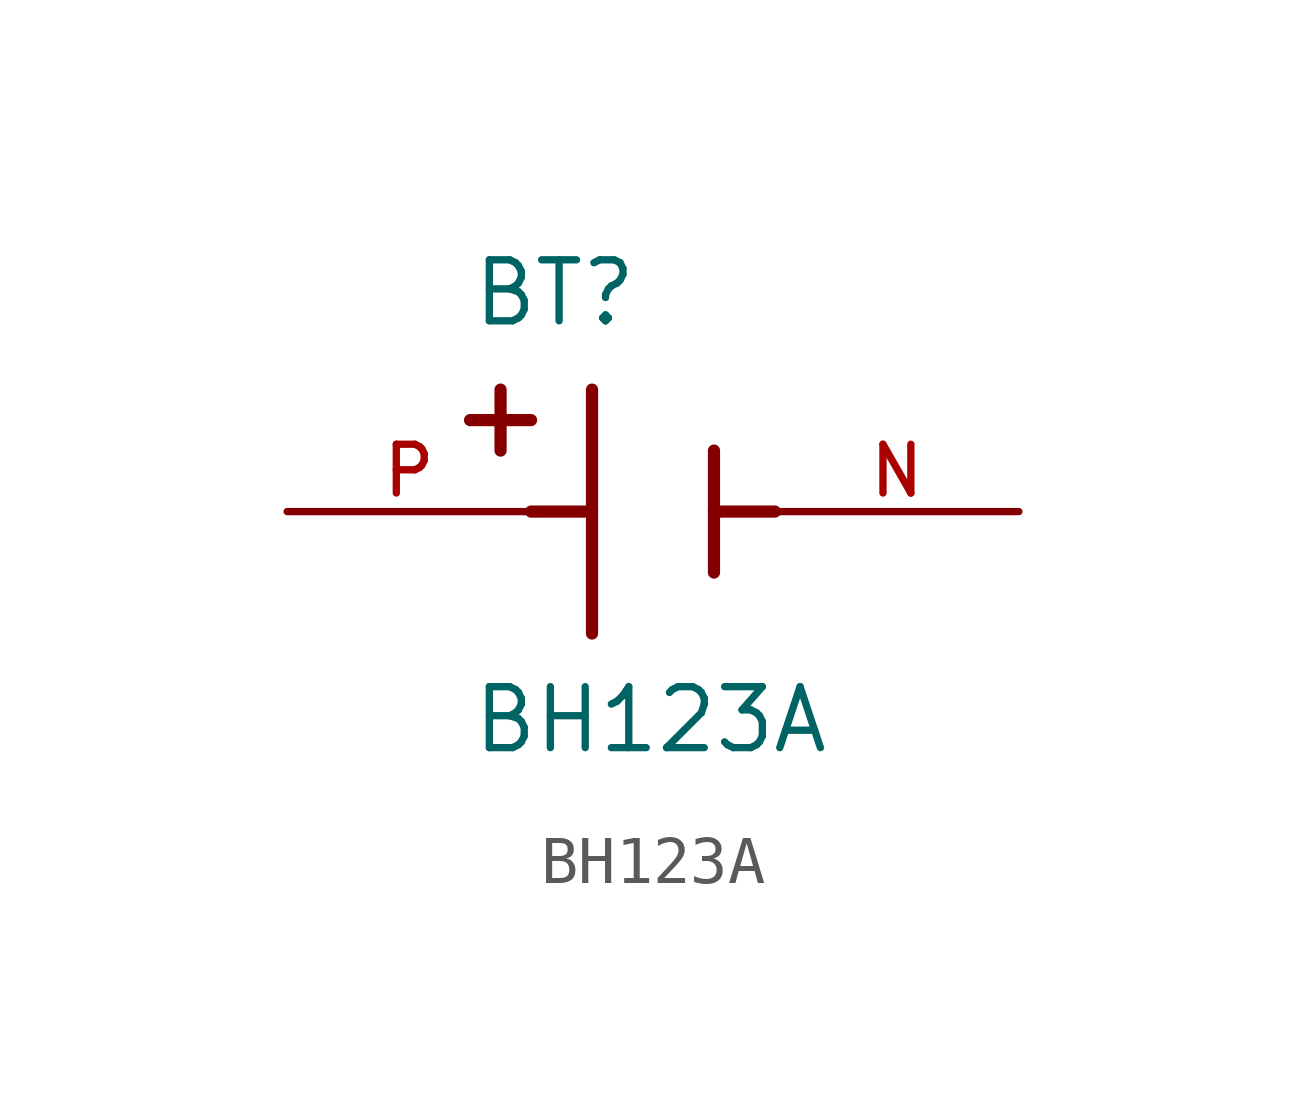
<source format=kicad_sym>
(kicad_symbol_lib
  (version 20211014)
  (generator kicad_symbol_editor)
  (symbol "BH123A"
    (pin_names
      (offset 1.016))
    (property "Reference" "BT"
      (at -3.81 3.81 0)
      (effects (font (size 1.27 1.27)) (justify bottom left)))
    (property "Value" "BH123A"
      (at -3.81 -5.08 0)
      (effects (font (size 1.27 1.27)) (justify bottom left)))
    (symbol "BH123A_0_0"
      (polyline (pts (xy -1.27 2.54) (xy -1.27 0.0)) (stroke (width 0.254)))
      (polyline (pts (xy -1.27 0.0) (xy -1.27 -2.54)) (stroke (width 0.254)))
      (polyline (pts (xy 1.27 1.27) (xy 1.27 0.0)) (stroke (width 0.254)))
      (polyline (pts (xy 1.27 0.0) (xy 1.27 -1.27)) (stroke (width 0.254)))
      (polyline (pts (xy -1.27 0.0) (xy -2.54 0.0)) (stroke (width 0.254)))
      (polyline (pts (xy 1.27 0.0) (xy 2.54 0.0)) (stroke (width 0.254)))
      (polyline (pts (xy -3.175 2.54) (xy -3.175 1.27)) (stroke (width 0.254)))
      (polyline (pts (xy -3.81 1.905) (xy -2.54 1.905)) (stroke (width 0.254)))
      (pin passive line (at -7.62 0.0 0) (length 5.08) (name "~" (effects (font (size 1.016 1.016)))) (number "P" (effects (font (size 1.016 1.016)))))
      (pin passive line (at 7.62 0.0 180.0) (length 5.08) (name "~" (effects (font (size 1.016 1.016)))) (number "N" (effects (font (size 1.016 1.016))))))))
</source>
